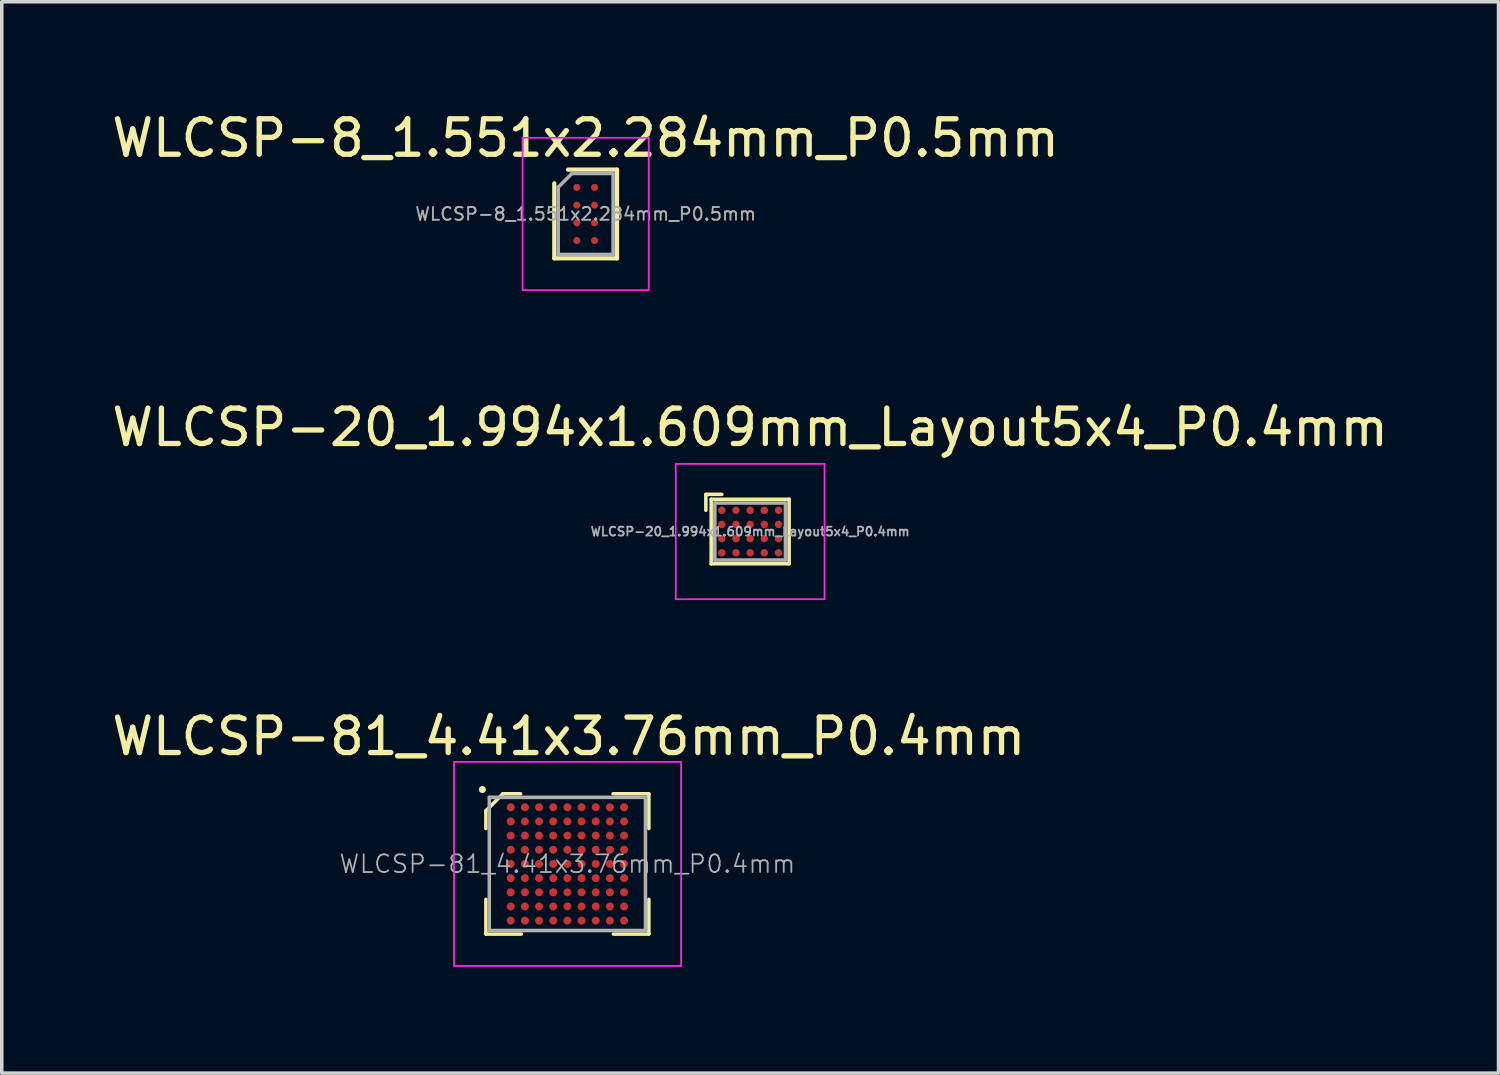
<source format=kicad_pcb>
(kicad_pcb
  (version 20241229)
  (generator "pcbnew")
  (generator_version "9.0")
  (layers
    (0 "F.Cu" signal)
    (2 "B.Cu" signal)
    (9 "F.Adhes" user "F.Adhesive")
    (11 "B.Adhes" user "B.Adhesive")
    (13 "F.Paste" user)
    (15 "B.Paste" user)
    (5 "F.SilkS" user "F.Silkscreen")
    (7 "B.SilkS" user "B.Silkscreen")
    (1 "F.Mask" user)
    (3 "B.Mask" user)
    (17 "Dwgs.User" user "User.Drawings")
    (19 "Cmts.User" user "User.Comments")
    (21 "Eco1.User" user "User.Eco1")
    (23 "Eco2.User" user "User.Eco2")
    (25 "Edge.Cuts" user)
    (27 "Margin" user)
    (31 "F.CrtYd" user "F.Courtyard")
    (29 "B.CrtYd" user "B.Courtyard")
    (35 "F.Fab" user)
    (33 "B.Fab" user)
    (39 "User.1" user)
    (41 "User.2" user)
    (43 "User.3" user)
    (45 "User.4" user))
  (footprint "WLCSP-81_4.41x3.76mm_P0.4mm"
    (layer "F.Cu")
    (at 12.966 21.337)
    (property "Reference" "WLCSP-81_4.41x3.76mm_P0.4mm" (at 0.04 -3.6 0) (layer "F.SilkS") (effects (font (size 1 1) (thickness 0.15))))
    (attr smd)
    (fp_line (start -2.3 -1.5) (end -2.3 -1) (stroke (width 0.1) (type solid)) (layer "F.SilkS"))
    (fp_line (start -2.3 1) (end -2.3 1.98) (stroke (width 0.1) (type solid)) (layer "F.SilkS"))
    (fp_line (start -2.3 1.98) (end -1.3 1.98) (stroke (width 0.1) (type solid)) (layer "F.SilkS"))
    (fp_line (start -1.82 -1.98) (end -2.3 -1.5) (stroke (width 0.1) (type solid)) (layer "F.SilkS"))
    (fp_line (start -1.32 -1.98) (end -1.82 -1.98) (stroke (width 0.1) (type solid)) (layer "F.SilkS"))
    (fp_line (start 1.29 -1.98) (end 2.3 -1.98) (stroke (width 0.1) (type solid)) (layer "F.SilkS"))
    (fp_line (start 2.3 -1.98) (end 2.3 -1) (stroke (width 0.1) (type solid)) (layer "F.SilkS"))
    (fp_line (start 2.3 1) (end 2.3 1.98) (stroke (width 0.1) (type solid)) (layer "F.SilkS"))
    (fp_line (start 2.3 1.98) (end 1.3 1.98) (stroke (width 0.1) (type solid)) (layer "F.SilkS"))
    (fp_circle (center -2.4 -2.1) (end -2.35 -2.1) (stroke (width 0.1) (type solid)) (fill no) (layer "F.SilkS"))
    (fp_line (start -3.2 -2.88) (end -3.2 2.88) (stroke (width 0.05) (type solid)) (layer "F.CrtYd"))
    (fp_line (start -3.2 -2.88) (end 3.21 -2.88) (stroke (width 0.05) (type solid)) (layer "F.CrtYd"))
    (fp_line (start -3.2 2.88) (end 3.21 2.88) (stroke (width 0.05) (type solid)) (layer "F.CrtYd"))
    (fp_line (start 3.21 2.88) (end 3.21 -2.88) (stroke (width 0.05) (type solid)) (layer "F.CrtYd"))
    (fp_line (start -2.204 -1.88) (end -2.204 1.88) (stroke (width 0.1) (type solid)) (layer "F.Fab"))
    (fp_line (start -2.204 -1.88) (end 2.204 -1.88) (stroke (width 0.1) (type solid)) (layer "F.Fab"))
    (fp_line (start -2.204 1.88) (end 2.204 1.88) (stroke (width 0.1) (type solid)) (layer "F.Fab"))
    (fp_line (start 2.204 -1.88) (end 2.204 1.88) (stroke (width 0.1) (type solid)) (layer "F.Fab"))
    (fp_text user "${REFERENCE}" (at 0 0 0) (layer "F.Fab") (effects (font (size 0.5 0.5) (thickness 0.05))))
    (pad "A1" smd circle (at -1.6 -1.6) (size 0.225 0.225) (layers "F.Cu" "F.Mask" "F.Paste"))
    (pad "A2" smd circle (at -1.2 -1.6) (size 0.225 0.225) (layers "F.Cu" "F.Mask" "F.Paste"))
    (pad "A3" smd circle (at -0.8 -1.6) (size 0.225 0.225) (layers "F.Cu" "F.Mask" "F.Paste"))
    (pad "A4" smd circle (at -0.4 -1.6) (size 0.225 0.225) (layers "F.Cu" "F.Mask" "F.Paste"))
    (pad "A5" smd circle (at 0 -1.6) (size 0.225 0.225) (layers "F.Cu" "F.Mask" "F.Paste"))
    (pad "A6" smd circle (at 0.4 -1.6) (size 0.225 0.225) (layers "F.Cu" "F.Mask" "F.Paste"))
    (pad "A7" smd circle (at 0.8 -1.6) (size 0.225 0.225) (layers "F.Cu" "F.Mask" "F.Paste"))
    (pad "A8" smd circle (at 1.2 -1.6) (size 0.225 0.225) (layers "F.Cu" "F.Mask" "F.Paste"))
    (pad "A9" smd circle (at 1.6 -1.6) (size 0.225 0.225) (layers "F.Cu" "F.Mask" "F.Paste"))
    (pad "B1" smd circle (at -1.6 -1.2) (size 0.225 0.225) (layers "F.Cu" "F.Mask" "F.Paste"))
    (pad "B2" smd circle (at -1.2 -1.2) (size 0.225 0.225) (layers "F.Cu" "F.Mask" "F.Paste"))
    (pad "B3" smd circle (at -0.8 -1.2) (size 0.225 0.225) (layers "F.Cu" "F.Mask" "F.Paste"))
    (pad "B4" smd circle (at -0.4 -1.2) (size 0.225 0.225) (layers "F.Cu" "F.Mask" "F.Paste"))
    (pad "B5" smd circle (at 0 -1.2) (size 0.225 0.225) (layers "F.Cu" "F.Mask" "F.Paste"))
    (pad "B6" smd circle (at 0.4 -1.2) (size 0.225 0.225) (layers "F.Cu" "F.Mask" "F.Paste"))
    (pad "B7" smd circle (at 0.8 -1.2) (size 0.225 0.225) (layers "F.Cu" "F.Mask" "F.Paste"))
    (pad "B8" smd circle (at 1.2 -1.2) (size 0.225 0.225) (layers "F.Cu" "F.Mask" "F.Paste"))
    (pad "B9" smd circle (at 1.6 -1.2) (size 0.225 0.225) (layers "F.Cu" "F.Mask" "F.Paste"))
    (pad "C1" smd circle (at -1.6 -0.8) (size 0.225 0.225) (layers "F.Cu" "F.Mask" "F.Paste"))
    (pad "C2" smd circle (at -1.2 -0.8) (size 0.225 0.225) (layers "F.Cu" "F.Mask" "F.Paste"))
    (pad "C3" smd circle (at -0.8 -0.8) (size 0.225 0.225) (layers "F.Cu" "F.Mask" "F.Paste"))
    (pad "C4" smd circle (at -0.4 -0.8) (size 0.225 0.225) (layers "F.Cu" "F.Mask" "F.Paste"))
    (pad "C5" smd circle (at 0 -0.8) (size 0.225 0.225) (layers "F.Cu" "F.Mask" "F.Paste"))
    (pad "C6" smd circle (at 0.4 -0.8) (size 0.225 0.225) (layers "F.Cu" "F.Mask" "F.Paste"))
    (pad "C7" smd circle (at 0.8 -0.8) (size 0.225 0.225) (layers "F.Cu" "F.Mask" "F.Paste"))
    (pad "C8" smd circle (at 1.2 -0.8) (size 0.225 0.225) (layers "F.Cu" "F.Mask" "F.Paste"))
    (pad "C9" smd circle (at 1.6 -0.8) (size 0.225 0.225) (layers "F.Cu" "F.Mask" "F.Paste"))
    (pad "D1" smd circle (at -1.6 -0.4) (size 0.225 0.225) (layers "F.Cu" "F.Mask" "F.Paste"))
    (pad "D2" smd circle (at -1.2 -0.4) (size 0.225 0.225) (layers "F.Cu" "F.Mask" "F.Paste"))
    (pad "D3" smd circle (at -0.8 -0.4) (size 0.225 0.225) (layers "F.Cu" "F.Mask" "F.Paste"))
    (pad "D4" smd circle (at -0.4 -0.4) (size 0.225 0.225) (layers "F.Cu" "F.Mask" "F.Paste"))
    (pad "D5" smd circle (at 0 -0.4) (size 0.225 0.225) (layers "F.Cu" "F.Mask" "F.Paste"))
    (pad "D6" smd circle (at 0.4 -0.4) (size 0.225 0.225) (layers "F.Cu" "F.Mask" "F.Paste"))
    (pad "D7" smd circle (at 0.8 -0.4) (size 0.225 0.225) (layers "F.Cu" "F.Mask" "F.Paste"))
    (pad "D8" smd circle (at 1.2 -0.4) (size 0.225 0.225) (layers "F.Cu" "F.Mask" "F.Paste"))
    (pad "D9" smd circle (at 1.6 -0.4) (size 0.225 0.225) (layers "F.Cu" "F.Mask" "F.Paste"))
    (pad "E1" smd circle (at -1.6 0) (size 0.225 0.225) (layers "F.Cu" "F.Mask" "F.Paste"))
    (pad "E2" smd circle (at -1.2 0) (size 0.225 0.225) (layers "F.Cu" "F.Mask" "F.Paste"))
    (pad "E3" smd circle (at -0.8 0) (size 0.225 0.225) (layers "F.Cu" "F.Mask" "F.Paste"))
    (pad "E4" smd circle (at -0.4 0) (size 0.225 0.225) (layers "F.Cu" "F.Mask" "F.Paste"))
    (pad "E5" smd circle (at 0 0) (size 0.225 0.225) (layers "F.Cu" "F.Mask" "F.Paste"))
    (pad "E6" smd circle (at 0.4 0) (size 0.225 0.225) (layers "F.Cu" "F.Mask" "F.Paste"))
    (pad "E7" smd circle (at 0.8 0) (size 0.225 0.225) (layers "F.Cu" "F.Mask" "F.Paste"))
    (pad "E8" smd circle (at 1.2 0) (size 0.225 0.225) (layers "F.Cu" "F.Mask" "F.Paste"))
    (pad "E9" smd circle (at 1.6 0) (size 0.225 0.225) (layers "F.Cu" "F.Mask" "F.Paste"))
    (pad "F1" smd circle (at -1.6 0.4) (size 0.225 0.225) (layers "F.Cu" "F.Mask" "F.Paste"))
    (pad "F2" smd circle (at -1.2 0.4) (size 0.225 0.225) (layers "F.Cu" "F.Mask" "F.Paste"))
    (pad "F3" smd circle (at -0.8 0.4) (size 0.225 0.225) (layers "F.Cu" "F.Mask" "F.Paste"))
    (pad "F4" smd circle (at -0.4 0.4) (size 0.225 0.225) (layers "F.Cu" "F.Mask" "F.Paste"))
    (pad "F5" smd circle (at 0 0.4) (size 0.225 0.225) (layers "F.Cu" "F.Mask" "F.Paste"))
    (pad "F6" smd circle (at 0.4 0.4) (size 0.225 0.225) (layers "F.Cu" "F.Mask" "F.Paste"))
    (pad "F7" smd circle (at 0.8 0.4) (size 0.225 0.225) (layers "F.Cu" "F.Mask" "F.Paste"))
    (pad "F8" smd circle (at 1.2 0.4) (size 0.225 0.225) (layers "F.Cu" "F.Mask" "F.Paste"))
    (pad "F9" smd circle (at 1.6 0.4) (size 0.225 0.225) (layers "F.Cu" "F.Mask" "F.Paste"))
    (pad "G1" smd circle (at -1.6 0.8) (size 0.225 0.225) (layers "F.Cu" "F.Mask" "F.Paste"))
    (pad "G2" smd circle (at -1.2 0.8) (size 0.225 0.225) (layers "F.Cu" "F.Mask" "F.Paste"))
    (pad "G3" smd circle (at -0.8 0.8) (size 0.225 0.225) (layers "F.Cu" "F.Mask" "F.Paste"))
    (pad "G4" smd circle (at -0.4 0.8) (size 0.225 0.225) (layers "F.Cu" "F.Mask" "F.Paste"))
    (pad "G5" smd circle (at 0 0.8) (size 0.225 0.225) (layers "F.Cu" "F.Mask" "F.Paste"))
    (pad "G6" smd circle (at 0.4 0.8) (size 0.225 0.225) (layers "F.Cu" "F.Mask" "F.Paste"))
    (pad "G7" smd circle (at 0.8 0.8) (size 0.225 0.225) (layers "F.Cu" "F.Mask" "F.Paste"))
    (pad "G8" smd circle (at 1.2 0.8) (size 0.225 0.225) (layers "F.Cu" "F.Mask" "F.Paste"))
    (pad "G9" smd circle (at 1.6 0.8) (size 0.225 0.225) (layers "F.Cu" "F.Mask" "F.Paste"))
    (pad "H1" smd circle (at -1.6 1.2) (size 0.225 0.225) (layers "F.Cu" "F.Mask" "F.Paste"))
    (pad "H2" smd circle (at -1.2 1.2) (size 0.225 0.225) (layers "F.Cu" "F.Mask" "F.Paste"))
    (pad "H3" smd circle (at -0.8 1.2) (size 0.225 0.225) (layers "F.Cu" "F.Mask" "F.Paste"))
    (pad "H4" smd circle (at -0.4 1.2) (size 0.225 0.225) (layers "F.Cu" "F.Mask" "F.Paste"))
    (pad "H5" smd circle (at 0 1.2) (size 0.225 0.225) (layers "F.Cu" "F.Mask" "F.Paste"))
    (pad "H6" smd circle (at 0.4 1.2) (size 0.225 0.225) (layers "F.Cu" "F.Mask" "F.Paste"))
    (pad "H7" smd circle (at 0.8 1.2) (size 0.225 0.225) (layers "F.Cu" "F.Mask" "F.Paste"))
    (pad "H8" smd circle (at 1.2 1.2) (size 0.225 0.225) (layers "F.Cu" "F.Mask" "F.Paste"))
    (pad "H9" smd circle (at 1.6 1.2) (size 0.225 0.225) (layers "F.Cu" "F.Mask" "F.Paste"))
    (pad "J1" smd circle (at -1.6 1.6) (size 0.225 0.225) (layers "F.Cu" "F.Mask" "F.Paste"))
    (pad "J2" smd circle (at -1.2 1.6) (size 0.225 0.225) (layers "F.Cu" "F.Mask" "F.Paste"))
    (pad "J3" smd circle (at -0.8 1.6) (size 0.225 0.225) (layers "F.Cu" "F.Mask" "F.Paste"))
    (pad "J4" smd circle (at -0.4 1.6) (size 0.225 0.225) (layers "F.Cu" "F.Mask" "F.Paste"))
    (pad "J5" smd circle (at 0 1.6) (size 0.225 0.225) (layers "F.Cu" "F.Mask" "F.Paste"))
    (pad "J6" smd circle (at 0.4 1.6) (size 0.225 0.225) (layers "F.Cu" "F.Mask" "F.Paste"))
    (pad "J7" smd circle (at 0.8 1.6) (size 0.225 0.225) (layers "F.Cu" "F.Mask" "F.Paste"))
    (pad "J8" smd circle (at 1.2 1.6) (size 0.225 0.225) (layers "F.Cu" "F.Mask" "F.Paste"))
    (pad "J9" smd circle (at 1.6 1.6) (size 0.225 0.225) (layers "F.Cu" "F.Mask" "F.Paste")))
  (footprint "WLCSP-8_1.551x2.284mm_P0.5mm"
    (layer "F.Cu")
    (at 13.482 2.99)
    (property "Reference" "WLCSP-8_1.551x2.284mm_P0.5mm" (at 0 -2.142 0) (layer "F.SilkS") (effects (font (size 1 1) (thickness 0.15))))
    (attr smd)
    (fp_line (start -0.885 1.252) (end -0.885 -0.864) (stroke (width 0.12) (type solid)) (layer "F.SilkS"))
    (fp_line (start -0.498 -1.252) (end 0.885 -1.252) (stroke (width 0.12) (type solid)) (layer "F.SilkS"))
    (fp_line (start 0.885 -1.252) (end 0.885 1.252) (stroke (width 0.12) (type solid)) (layer "F.SilkS"))
    (fp_line (start 0.885 1.252) (end -0.885 1.252) (stroke (width 0.12) (type solid)) (layer "F.SilkS"))
    (fp_line (start -1.78 -2.15) (end -1.78 2.15) (stroke (width 0.05) (type solid)) (layer "F.CrtYd"))
    (fp_line (start -1.78 2.15) (end 1.78 2.15) (stroke (width 0.05) (type solid)) (layer "F.CrtYd"))
    (fp_line (start 1.78 -2.15) (end -1.78 -2.15) (stroke (width 0.05) (type solid)) (layer "F.CrtYd"))
    (fp_line (start 1.78 2.15) (end 1.78 -2.15) (stroke (width 0.05) (type solid)) (layer "F.CrtYd"))
    (fp_line (start -0.775 -0.754) (end -0.388 -1.142) (stroke (width 0.1) (type solid)) (layer "F.Fab"))
    (fp_line (start -0.775 1.142) (end -0.775 -0.754) (stroke (width 0.1) (type solid)) (layer "F.Fab"))
    (fp_line (start -0.388 -1.142) (end 0.775 -1.142) (stroke (width 0.1) (type solid)) (layer "F.Fab"))
    (fp_line (start 0.775 -1.142) (end 0.775 1.142) (stroke (width 0.1) (type solid)) (layer "F.Fab"))
    (fp_line (start 0.775 1.142) (end -0.775 1.142) (stroke (width 0.1) (type solid)) (layer "F.Fab"))
    (fp_text user "${REFERENCE}" (at 0 0 0) (layer "F.Fab") (effects (font (size 0.36 0.36) (thickness 0.054))))
    (pad "A1" smd circle (at -0.25 -0.75) (size 0.2 0.2) (layers "F.Cu" "F.Mask" "F.Paste"))
    (pad "A2" smd circle (at 0.25 -0.75) (size 0.2 0.2) (layers "F.Cu" "F.Mask" "F.Paste"))
    (pad "B1" smd circle (at -0.25 -0.25) (size 0.2 0.2) (layers "F.Cu" "F.Mask" "F.Paste"))
    (pad "B2" smd circle (at 0.25 -0.25) (size 0.2 0.2) (layers "F.Cu" "F.Mask" "F.Paste"))
    (pad "C1" smd circle (at -0.25 0.25) (size 0.2 0.2) (layers "F.Cu" "F.Mask" "F.Paste"))
    (pad "C2" smd circle (at 0.25 0.25) (size 0.2 0.2) (layers "F.Cu" "F.Mask" "F.Paste"))
    (pad "D1" smd circle (at -0.25 0.75) (size 0.2 0.2) (layers "F.Cu" "F.Mask" "F.Paste"))
    (pad "D2" smd circle (at 0.25 0.75) (size 0.2 0.2) (layers "F.Cu" "F.Mask" "F.Paste")))
  (footprint "WLCSP-20_1.994x1.609mm_Layout5x4_P0.4mm"
    (layer "F.Cu")
    (at 18.125 11.954)
    (property "Reference" "WLCSP-20_1.994x1.609mm_Layout5x4_P0.4mm" (at 0 -2.94 0) (layer "F.SilkS") (effects (font (size 1 1) (thickness 0.15))))
    (attr smd)
    (fp_line (start -1.25 -1.05) (end -1.25 -0.6) (stroke (width 0.1) (type solid)) (layer "F.SilkS"))
    (fp_line (start -1.1 -0.91) (end -1.1 0.91) (stroke (width 0.1) (type solid)) (layer "F.SilkS"))
    (fp_line (start -1.1 -0.91) (end 1.1 -0.91) (stroke (width 0.1) (type solid)) (layer "F.SilkS"))
    (fp_line (start -1.1 0.91) (end 1.1 0.91) (stroke (width 0.1) (type solid)) (layer "F.SilkS"))
    (fp_line (start -0.8 -1.05) (end -1.25 -1.05) (stroke (width 0.1) (type solid)) (layer "F.SilkS"))
    (fp_line (start 1.1 -0.91) (end 1.1 0.91) (stroke (width 0.1) (type solid)) (layer "F.SilkS"))
    (fp_line (start -2.1 -1.91) (end -2.1 1.91) (stroke (width 0.05) (type solid)) (layer "F.CrtYd"))
    (fp_line (start -2.1 -1.91) (end 2.1 -1.91) (stroke (width 0.05) (type solid)) (layer "F.CrtYd"))
    (fp_line (start -2.1 1.91) (end 2.1 1.91) (stroke (width 0.05) (type solid)) (layer "F.CrtYd"))
    (fp_line (start 2.1 -1.91) (end 2.1 1.91) (stroke (width 0.05) (type solid)) (layer "F.CrtYd"))
    (fp_line (start -0.997 -0.804) (end 0.997 -0.804) (stroke (width 0.1) (type solid)) (layer "F.Fab"))
    (fp_line (start -0.997 0.804) (end -0.997 -0.804) (stroke (width 0.1) (type solid)) (layer "F.Fab"))
    (fp_line (start -0.997 0.804) (end 0.997 0.804) (stroke (width 0.1) (type solid)) (layer "F.Fab"))
    (fp_line (start 0.997 0.804) (end 0.997 -0.804) (stroke (width 0.1) (type solid)) (layer "F.Fab"))
    (fp_text user "${REFERENCE}" (at 0 0 0) (layer "F.Fab") (effects (font (size 0.25 0.25) (thickness 0.05))))
    (pad "A1" smd circle (at -0.8 -0.6) (size 0.21 0.21) (layers "F.Cu" "F.Mask" "F.Paste"))
    (pad "A2" smd circle (at -0.4 -0.6) (size 0.21 0.21) (layers "F.Cu" "F.Mask" "F.Paste"))
    (pad "A3" smd circle (at 0 -0.6) (size 0.21 0.21) (layers "F.Cu" "F.Mask" "F.Paste"))
    (pad "A4" smd circle (at 0.4 -0.6) (size 0.21 0.21) (layers "F.Cu" "F.Mask" "F.Paste"))
    (pad "A5" smd circle (at 0.8 -0.6) (size 0.21 0.21) (layers "F.Cu" "F.Mask" "F.Paste"))
    (pad "B1" smd circle (at -0.8 -0.2) (size 0.21 0.21) (layers "F.Cu" "F.Mask" "F.Paste"))
    (pad "B2" smd circle (at -0.4 -0.2) (size 0.21 0.21) (layers "F.Cu" "F.Mask" "F.Paste"))
    (pad "B3" smd circle (at 0 -0.2) (size 0.21 0.21) (layers "F.Cu" "F.Mask" "F.Paste"))
    (pad "B4" smd circle (at 0.4 -0.2) (size 0.21 0.21) (layers "F.Cu" "F.Mask" "F.Paste"))
    (pad "B5" smd circle (at 0.8 -0.2) (size 0.21 0.21) (layers "F.Cu" "F.Mask" "F.Paste"))
    (pad "C1" smd circle (at -0.8 0.2) (size 0.21 0.21) (layers "F.Cu" "F.Mask" "F.Paste"))
    (pad "C2" smd circle (at -0.4 0.2) (size 0.21 0.21) (layers "F.Cu" "F.Mask" "F.Paste"))
    (pad "C3" smd circle (at 0 0.2) (size 0.21 0.21) (layers "F.Cu" "F.Mask" "F.Paste"))
    (pad "C4" smd circle (at 0.4 0.2) (size 0.21 0.21) (layers "F.Cu" "F.Mask" "F.Paste"))
    (pad "C5" smd circle (at 0.8 0.2) (size 0.21 0.21) (layers "F.Cu" "F.Mask" "F.Paste"))
    (pad "D1" smd circle (at -0.8 0.6) (size 0.21 0.21) (layers "F.Cu" "F.Mask" "F.Paste"))
    (pad "D2" smd circle (at -0.4 0.6) (size 0.21 0.21) (layers "F.Cu" "F.Mask" "F.Paste"))
    (pad "D3" smd circle (at 0 0.6) (size 0.21 0.21) (layers "F.Cu" "F.Mask" "F.Paste"))
    (pad "D4" smd circle (at 0.4 0.6) (size 0.21 0.21) (layers "F.Cu" "F.Mask" "F.Paste"))
    (pad "D5" smd circle (at 0.8 0.6) (size 0.21 0.21) (layers "F.Cu" "F.Mask" "F.Paste")))
  (gr_rect
    (start -3 -3)
    (end 39.25 27.242)
    (stroke (width 0.1) (type default))
    (fill no)
    (layer "Edge.Cuts")))
</source>
